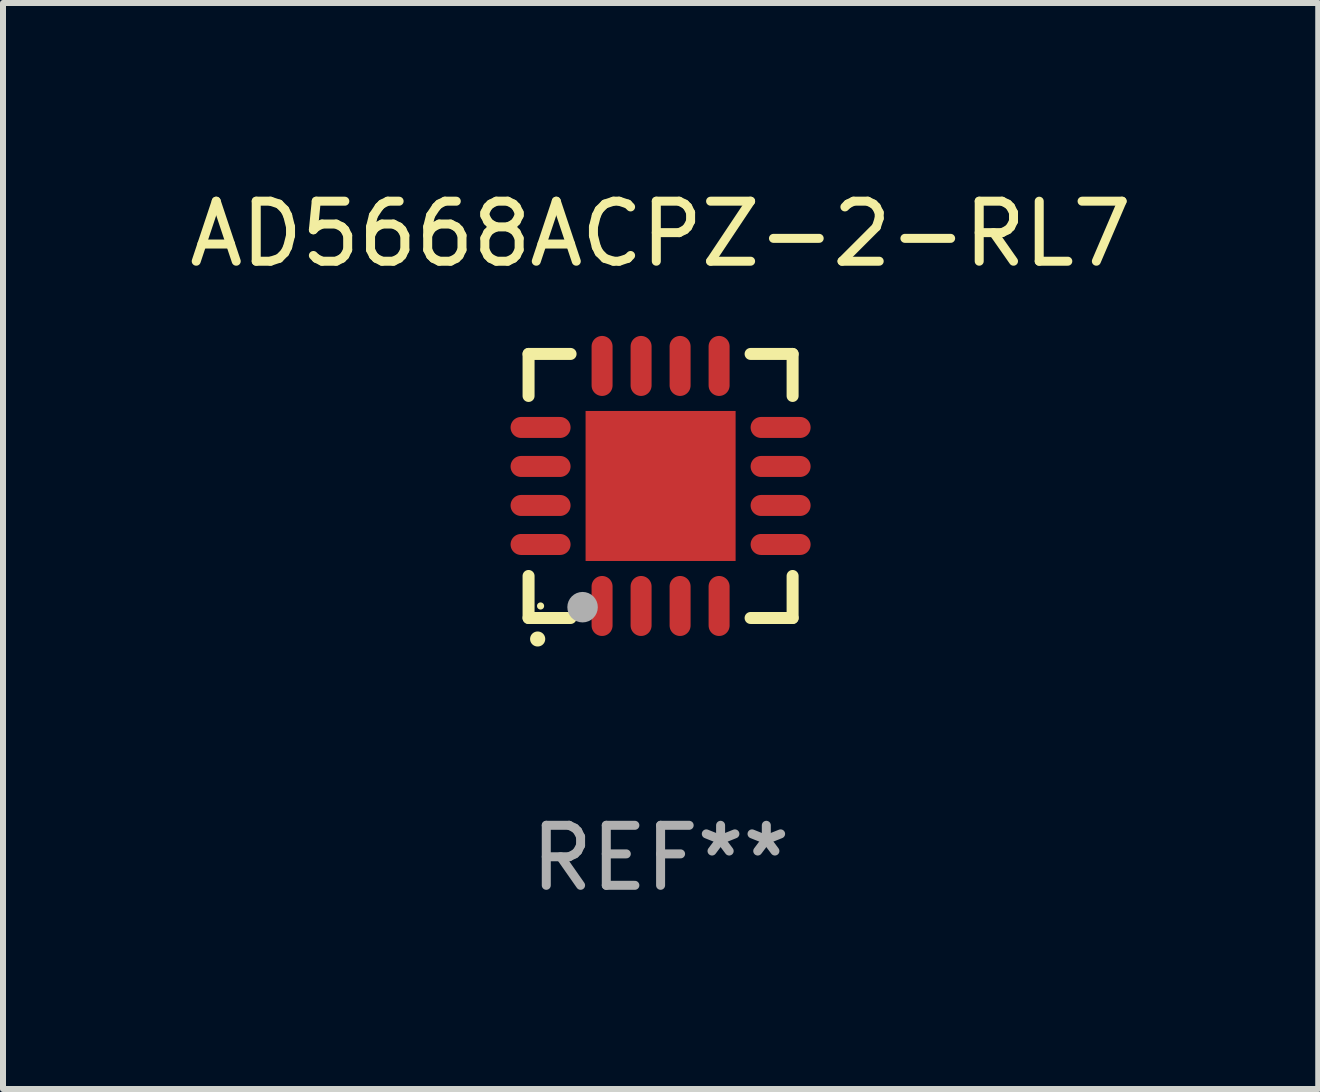
<source format=kicad_pcb>
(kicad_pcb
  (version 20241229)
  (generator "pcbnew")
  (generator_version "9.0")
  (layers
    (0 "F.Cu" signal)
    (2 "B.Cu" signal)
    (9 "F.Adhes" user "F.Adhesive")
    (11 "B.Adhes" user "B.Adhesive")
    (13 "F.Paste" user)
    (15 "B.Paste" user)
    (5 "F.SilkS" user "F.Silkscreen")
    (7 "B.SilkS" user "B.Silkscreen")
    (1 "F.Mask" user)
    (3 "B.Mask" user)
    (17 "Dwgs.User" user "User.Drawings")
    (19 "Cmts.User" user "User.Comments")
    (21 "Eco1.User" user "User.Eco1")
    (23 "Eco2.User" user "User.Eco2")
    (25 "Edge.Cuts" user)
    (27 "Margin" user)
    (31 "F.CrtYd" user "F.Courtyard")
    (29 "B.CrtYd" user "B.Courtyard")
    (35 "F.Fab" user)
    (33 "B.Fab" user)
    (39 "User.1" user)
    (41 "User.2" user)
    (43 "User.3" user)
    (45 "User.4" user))
  (footprint "AD5668ACPZ-2-RL7"
    (layer "F.Cu")
    (at 7.958 5.048)
    (property "Reference" "AD5668ACPZ-2-RL7" (at 0 -4.2 0) (layer "F.SilkS") (effects (font (size 1 1) (thickness 0.15))))
    (attr through_hole)
    (fp_line (start -2.2 -2.2) (end -1.5 -2.2) (stroke (width 0.2) (type solid)) (layer "F.SilkS"))
    (fp_line (start -2.2 -1.5) (end -2.2 -2.2) (stroke (width 0.2) (type solid)) (layer "F.SilkS"))
    (fp_line (start -2.2 2.2) (end -2.2 1.5) (stroke (width 0.2) (type solid)) (layer "F.SilkS"))
    (fp_line (start -1.5 2.2) (end -2.2 2.2) (stroke (width 0.2) (type solid)) (layer "F.SilkS"))
    (fp_line (start 1.5 2.2) (end 2.2 2.2) (stroke (width 0.2) (type solid)) (layer "F.SilkS"))
    (fp_line (start 2.2 -2.2) (end 1.5 -2.2) (stroke (width 0.2) (type solid)) (layer "F.SilkS"))
    (fp_line (start 2.2 -1.5) (end 2.2 -2.2) (stroke (width 0.2) (type solid)) (layer "F.SilkS"))
    (fp_line (start 2.2 2.2) (end 2.2 1.5) (stroke (width 0.2) (type solid)) (layer "F.SilkS"))
    (fp_arc (start -2.049784 2.550165) (mid -2.048514 2.550159) (end -2.047244 2.550165) (stroke (width 0.25) (type solid)) (layer "F.SilkS"))
    (fp_circle (center -2 2) (end -1.97 2) (stroke (width 0.06) (type solid)) (fill no) (layer "F.SilkS"))
    (fp_circle (center -1.3 2.02) (end -1.173 2.02) (stroke (width 0.254) (type solid)) (fill no) (layer "F.Fab"))
    (fp_text user "REF**" (at 0 6.2 0) (layer "F.Fab") (effects (font (size 1 1) (thickness 0.15))))
    (pad "1" smd oval (at -0.975 2 180) (size 0.35 1) (layers "F.Cu" "F.Mask" "F.Paste"))
    (pad "2" smd oval (at -0.325 2 180) (size 0.35 1) (layers "F.Cu" "F.Mask" "F.Paste"))
    (pad "3" smd oval (at 0.325 2 180) (size 0.35 1) (layers "F.Cu" "F.Mask" "F.Paste"))
    (pad "4" smd oval (at 0.975 2 180) (size 0.35 1) (layers "F.Cu" "F.Mask" "F.Paste"))
    (pad "5" smd oval (at 2 0.975 90) (size 0.35 1) (layers "F.Cu" "F.Mask" "F.Paste"))
    (pad "6" smd oval (at 2 0.325 90) (size 0.35 1) (layers "F.Cu" "F.Mask" "F.Paste"))
    (pad "7" smd oval (at 2 -0.325 90) (size 0.35 1) (layers "F.Cu" "F.Mask" "F.Paste"))
    (pad "8" smd oval (at 2 -0.975 90) (size 0.35 1) (layers "F.Cu" "F.Mask" "F.Paste"))
    (pad "9" smd oval (at 0.975 -2 180) (size 0.35 1) (layers "F.Cu" "F.Mask" "F.Paste"))
    (pad "10" smd oval (at 0.325 -2 180) (size 0.35 1) (layers "F.Cu" "F.Mask" "F.Paste"))
    (pad "11" smd oval (at -0.325 -2 180) (size 0.35 1) (layers "F.Cu" "F.Mask" "F.Paste"))
    (pad "12" smd oval (at -0.975 -2 180) (size 0.35 1) (layers "F.Cu" "F.Mask" "F.Paste"))
    (pad "13" smd oval (at -2 -0.975 90) (size 0.35 1) (layers "F.Cu" "F.Mask" "F.Paste"))
    (pad "14" smd oval (at -2 -0.325 90) (size 0.35 1) (layers "F.Cu" "F.Mask" "F.Paste"))
    (pad "15" smd oval (at -2 0.325 90) (size 0.35 1) (layers "F.Cu" "F.Mask" "F.Paste"))
    (pad "16" smd oval (at -2 0.975 90) (size 0.35 1) (layers "F.Cu" "F.Mask" "F.Paste"))
    (pad "17" smd rect (at 0.000051 0.000051 90) (size 2.5 2.5) (layers "F.Cu" "F.Mask" "F.Paste")))
  (gr_rect
    (start -3 -3)
    (end 18.917 15.097)
    (stroke (width 0.1) (type default))
    (fill no)
    (layer "Edge.Cuts")))
</source>
